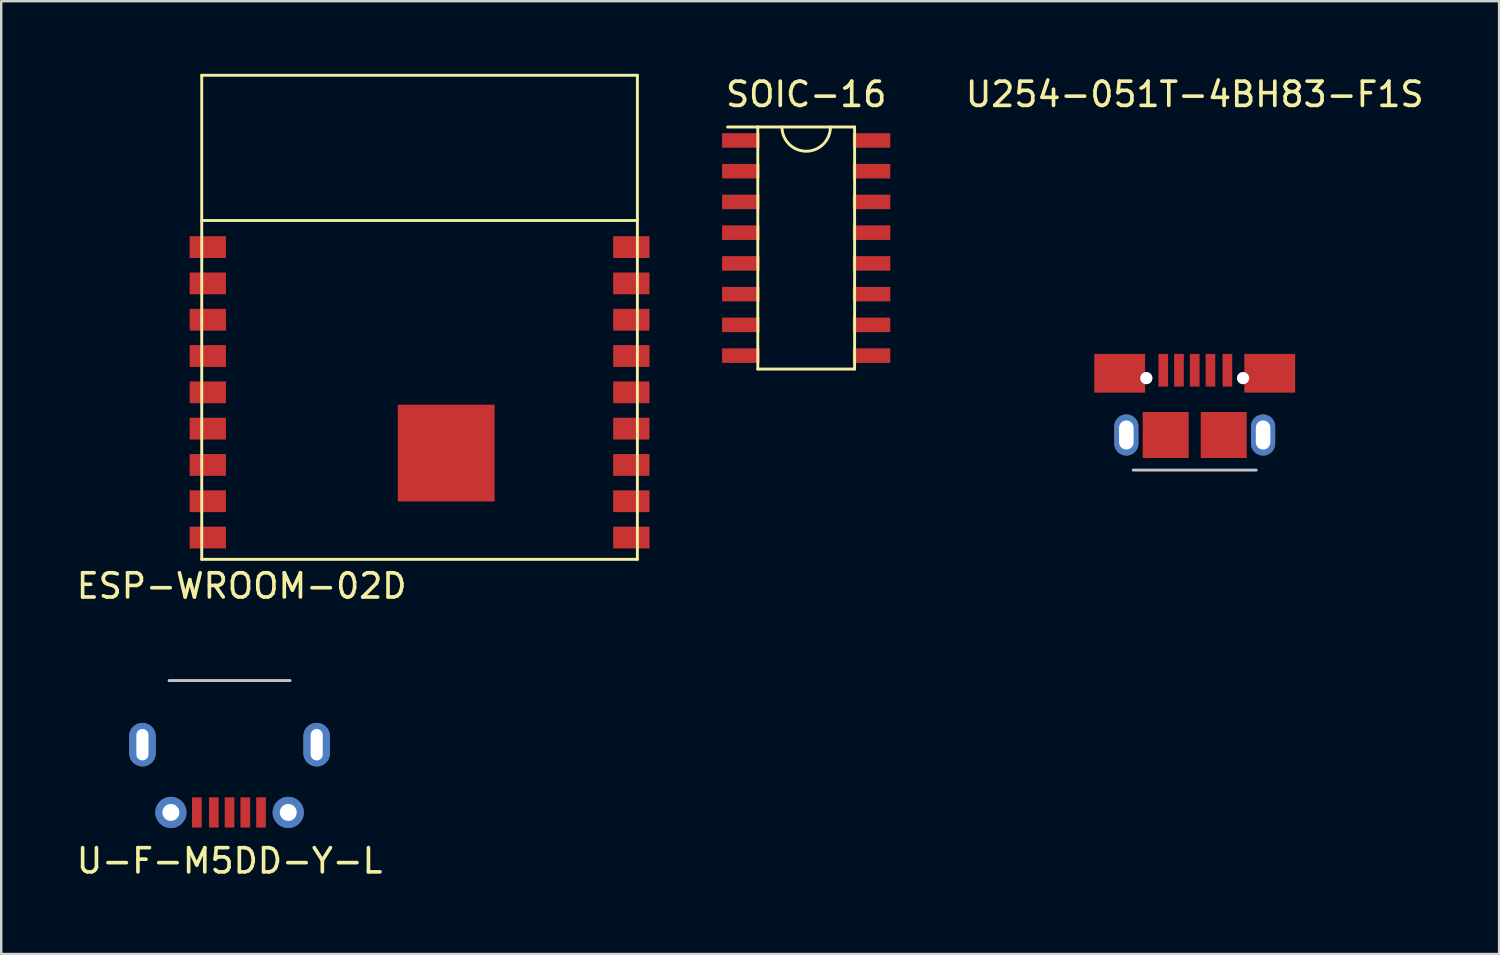
<source format=kicad_pcb>
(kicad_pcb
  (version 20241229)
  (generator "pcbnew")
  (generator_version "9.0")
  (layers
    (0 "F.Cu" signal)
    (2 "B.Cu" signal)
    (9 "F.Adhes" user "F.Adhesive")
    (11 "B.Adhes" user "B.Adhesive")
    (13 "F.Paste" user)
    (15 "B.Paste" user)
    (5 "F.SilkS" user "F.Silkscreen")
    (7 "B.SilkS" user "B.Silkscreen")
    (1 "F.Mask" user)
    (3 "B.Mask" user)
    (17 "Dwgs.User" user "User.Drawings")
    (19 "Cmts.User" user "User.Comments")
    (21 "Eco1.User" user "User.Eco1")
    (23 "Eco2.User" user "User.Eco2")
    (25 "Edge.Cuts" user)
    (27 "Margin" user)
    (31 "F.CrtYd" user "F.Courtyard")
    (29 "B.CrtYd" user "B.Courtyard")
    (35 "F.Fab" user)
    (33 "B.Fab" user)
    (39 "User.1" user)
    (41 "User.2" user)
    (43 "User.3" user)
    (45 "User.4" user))
  (footprint "SOIC-16"
    (layer "F.Cu")
    (at 27.56 2.753)
    (property "Reference" "SOIC-16" (at 2.7 -1.905 0) (layer "F.SilkS") (effects (font (size 1 1) (thickness 0.15))))
    (attr through_hole)
    (fp_line (start 0.7 -0.555) (end -0.55 -0.555) (stroke (width 0.12) (type solid)) (layer "F.SilkS"))
    (fp_line (start 0.7 -0.555) (end 4.7 -0.555) (stroke (width 0.12) (type solid)) (layer "F.SilkS"))
    (fp_line (start 0.7 9.445) (end 0.7 -0.555) (stroke (width 0.12) (type solid)) (layer "F.SilkS"))
    (fp_line (start 4.7 -0.555) (end 4.7 9.445) (stroke (width 0.12) (type solid)) (layer "F.SilkS"))
    (fp_line (start 4.7 9.445) (end 0.7 9.445) (stroke (width 0.12) (type solid)) (layer "F.SilkS"))
    (fp_arc (start 3.7 -0.555) (mid 2.7 0.445) (end 1.7 -0.555) (stroke (width 0.12) (type solid)) (layer "F.SilkS"))
    (pad "1" smd rect (at 0 0) (size 1.55 0.6) (layers "F.Cu" "F.Mask" "F.Paste"))
    (pad "2" smd rect (at 0 1.27) (size 1.55 0.6) (layers "F.Cu" "F.Mask" "F.Paste"))
    (pad "3" smd rect (at 0 2.54) (size 1.55 0.6) (layers "F.Cu" "F.Mask" "F.Paste"))
    (pad "4" smd rect (at 0 3.81) (size 1.55 0.6) (layers "F.Cu" "F.Mask" "F.Paste"))
    (pad "5" smd rect (at 0 5.08) (size 1.55 0.6) (layers "F.Cu" "F.Mask" "F.Paste"))
    (pad "6" smd rect (at 0 6.35) (size 1.55 0.6) (layers "F.Cu" "F.Mask" "F.Paste"))
    (pad "7" smd rect (at 0 7.62) (size 1.55 0.6) (layers "F.Cu" "F.Mask" "F.Paste"))
    (pad "8" smd rect (at 0 8.89) (size 1.55 0.6) (layers "F.Cu" "F.Mask" "F.Paste"))
    (pad "9" smd rect (at 5.4 8.89) (size 1.55 0.6) (layers "F.Cu" "F.Mask" "F.Paste"))
    (pad "10" smd rect (at 5.4 7.62) (size 1.55 0.6) (layers "F.Cu" "F.Mask" "F.Paste"))
    (pad "11" smd rect (at 5.4 6.35) (size 1.55 0.6) (layers "F.Cu" "F.Mask" "F.Paste"))
    (pad "12" smd rect (at 5.4 5.08) (size 1.55 0.6) (layers "F.Cu" "F.Mask" "F.Paste"))
    (pad "13" smd rect (at 5.4 3.81) (size 1.55 0.6) (layers "F.Cu" "F.Mask" "F.Paste"))
    (pad "14" smd rect (at 5.4 2.54) (size 1.55 0.6) (layers "F.Cu" "F.Mask" "F.Paste"))
    (pad "15" smd rect (at 5.4 1.27) (size 1.55 0.6) (layers "F.Cu" "F.Mask" "F.Paste"))
    (pad "16" smd rect (at 5.4 0) (size 1.55 0.6) (layers "F.Cu" "F.Mask" "F.Paste")))
  (footprint "U-F-M5DD-Y-L"
    (layer "F.Cu")
    (at 6.435 30.518)
    (property "Reference" "U-F-M5DD-Y-L" (at 0 2 0) (layer "F.SilkS") (effects (font (size 1 1) (thickness 0.15))))
    (attr through_hole)
    (fp_line (start -2.5 -5.45) (end 2.5 -5.45) (stroke (width 0.12) (type solid)) (layer "Dwgs.User"))
    (pad "1" smd rect (at 1.3 0) (size 0.4 1.25) (layers "F.Cu" "F.Mask" "F.Paste"))
    (pad "2" smd rect (at 0.65 0) (size 0.4 1.25) (layers "F.Cu" "F.Mask" "F.Paste"))
    (pad "3" smd rect (at 0 0) (size 0.4 1.25) (layers "F.Cu" "F.Mask" "F.Paste"))
    (pad "4" smd rect (at -0.65 0) (size 0.4 1.25) (layers "F.Cu" "F.Mask" "F.Paste"))
    (pad "5" smd rect (at -1.35 0) (size 0.4 1.25) (layers "F.Cu" "F.Mask" "F.Paste"))
    (pad "6" thru_hole oval (at -3.6 -2.8) (size 1.1 1.8) (drill oval 0.5 1.3) (layers "*.Cu" "*.Mask"))
    (pad "6" thru_hole circle (at -2.425 0) (size 1.29 1.29) (drill 0.7) (layers "*.Cu" "*.Mask"))
    (pad "6" thru_hole circle (at 2.425 0 180) (size 1.29 1.29) (drill 0.7) (layers "*.Cu" "*.Mask"))
    (pad "6" thru_hole oval (at 3.6 -2.8 180) (size 1.1 1.8) (drill oval 0.5 1.3) (layers "*.Cu" "*.Mask")))
  (footprint "ESP-WROOM-02D"
    (layer "F.Cu")
    (at 5.535 7.16)
    (property "Reference" "ESP-WROOM-02D" (at 1.4 14 0) (layer "F.SilkS") (effects (font (size 1 1) (thickness 0.15))))
    (attr through_hole)
    (fp_line (start -0.25 -7.1) (end -0.25 12.9) (stroke (width 0.12) (type solid)) (layer "F.SilkS"))
    (fp_line (start -0.25 -1.1) (end 17.75 -1.1) (stroke (width 0.12) (type solid)) (layer "F.SilkS"))
    (fp_line (start -0.25 12.9) (end 17.75 12.9) (stroke (width 0.12) (type solid)) (layer "F.SilkS"))
    (fp_line (start 17.75 -7.1) (end -0.25 -7.1) (stroke (width 0.12) (type solid)) (layer "F.SilkS"))
    (fp_line (start 17.75 12.9) (end 17.75 -7.1) (stroke (width 0.12) (type solid)) (layer "F.SilkS"))
    (pad "1" smd rect (at 0 0) (size 1.5 0.9) (layers "F.Cu" "F.Mask" "F.Paste"))
    (pad "2" smd rect (at 0 1.5) (size 1.5 0.9) (layers "F.Cu" "F.Mask" "F.Paste"))
    (pad "3" smd rect (at 0 3) (size 1.5 0.9) (layers "F.Cu" "F.Mask" "F.Paste"))
    (pad "4" smd rect (at 0 4.5) (size 1.5 0.9) (layers "F.Cu" "F.Mask" "F.Paste"))
    (pad "5" smd rect (at 0 6) (size 1.5 0.9) (layers "F.Cu" "F.Mask" "F.Paste"))
    (pad "6" smd rect (at 0 7.5) (size 1.5 0.9) (layers "F.Cu" "F.Mask" "F.Paste"))
    (pad "7" smd rect (at 0 9) (size 1.5 0.9) (layers "F.Cu" "F.Mask" "F.Paste"))
    (pad "8" smd rect (at 0 10.5) (size 1.5 0.9) (layers "F.Cu" "F.Mask" "F.Paste"))
    (pad "9" smd rect (at 0 12) (size 1.5 0.9) (layers "F.Cu" "F.Mask" "F.Paste"))
    (pad "10" smd rect (at 17.5 12) (size 1.5 0.9) (layers "F.Cu" "F.Mask" "F.Paste"))
    (pad "11" smd rect (at 17.5 10.5) (size 1.5 0.9) (layers "F.Cu" "F.Mask" "F.Paste"))
    (pad "12" smd rect (at 17.5 9) (size 1.5 0.9) (layers "F.Cu" "F.Mask" "F.Paste"))
    (pad "13" smd rect (at 17.5 7.5) (size 1.5 0.9) (layers "F.Cu" "F.Mask" "F.Paste"))
    (pad "14" smd rect (at 17.5 6) (size 1.5 0.9) (layers "F.Cu" "F.Mask" "F.Paste"))
    (pad "15" smd rect (at 17.5 4.5) (size 1.5 0.9) (layers "F.Cu" "F.Mask" "F.Paste"))
    (pad "16" smd rect (at 17.5 3) (size 1.5 0.9) (layers "F.Cu" "F.Mask" "F.Paste"))
    (pad "17" smd rect (at 17.5 1.5) (size 1.5 0.9) (layers "F.Cu" "F.Mask" "F.Paste"))
    (pad "18" smd rect (at 17.5 0) (size 1.5 0.9) (layers "F.Cu" "F.Mask" "F.Paste"))
    (pad "19" smd rect (at 9.85 8.51) (size 4 4) (layers "F.Cu" "F.Mask")))
  (footprint "U254-051T-4BH83-F1S"
    (layer "F.Cu")
    (at 46.312 12.248)
    (property "Reference" "U254-051T-4BH83-F1S" (at 0 -11.4 0) (layer "F.SilkS") (effects (font (size 1 1) (thickness 0.15))))
    (attr smd)
    (fp_line (start -2.54 4.125) (end 2.54 4.125) (stroke (width 0.12) (type solid)) (layer "Dwgs.User"))
    (pad "" thru_hole circle (at -2 0.325) (size 0.5 0.5) (drill 0.5) (layers "*.Cu" "*.Mask"))
    (pad "" thru_hole circle (at 2 0.325 180) (size 0.5 0.5) (drill 0.5) (layers "*.Cu" "*.Mask"))
    (pad "1" smd rect (at -1.3 0) (size 0.4 1.35) (layers "F.Cu" "F.Mask" "F.Paste"))
    (pad "2" smd rect (at -0.65 0) (size 0.4 1.35) (layers "F.Cu" "F.Mask" "F.Paste"))
    (pad "3" smd rect (at 0 0) (size 0.4 1.35) (layers "F.Cu" "F.Mask" "F.Paste"))
    (pad "4" smd rect (at 0.65 0) (size 0.4 1.35) (layers "F.Cu" "F.Mask" "F.Paste"))
    (pad "5" smd rect (at 1.35 0) (size 0.4 1.35) (layers "F.Cu" "F.Mask" "F.Paste"))
    (pad "6" smd rect (at -3.1 0.125) (size 2.1 1.6) (layers "F.Cu" "F.Mask" "F.Paste"))
    (pad "6" thru_hole oval (at -2.825 2.675) (size 1 1.7) (drill oval 0.6 1.2) (layers "*.Cu" "*.Mask"))
    (pad "6" smd rect (at -1.2 2.675) (size 1.9 1.9) (layers "F.Cu" "F.Mask" "F.Paste"))
    (pad "6" smd rect (at 1.2 2.675) (size 1.9 1.9) (layers "F.Cu" "F.Mask" "F.Paste"))
    (pad "6" thru_hole oval (at 2.825 2.675 180) (size 1 1.7) (drill oval 0.6 1.2) (layers "*.Cu" "*.Mask"))
    (pad "6" smd rect (at 3.1 0.125) (size 2.1 1.6) (layers "F.Cu" "F.Mask" "F.Paste")))
  (gr_rect
    (start -3 -3)
    (end 58.889 36.367)
    (stroke (width 0.1) (type default))
    (fill no)
    (layer "Edge.Cuts")))
</source>
